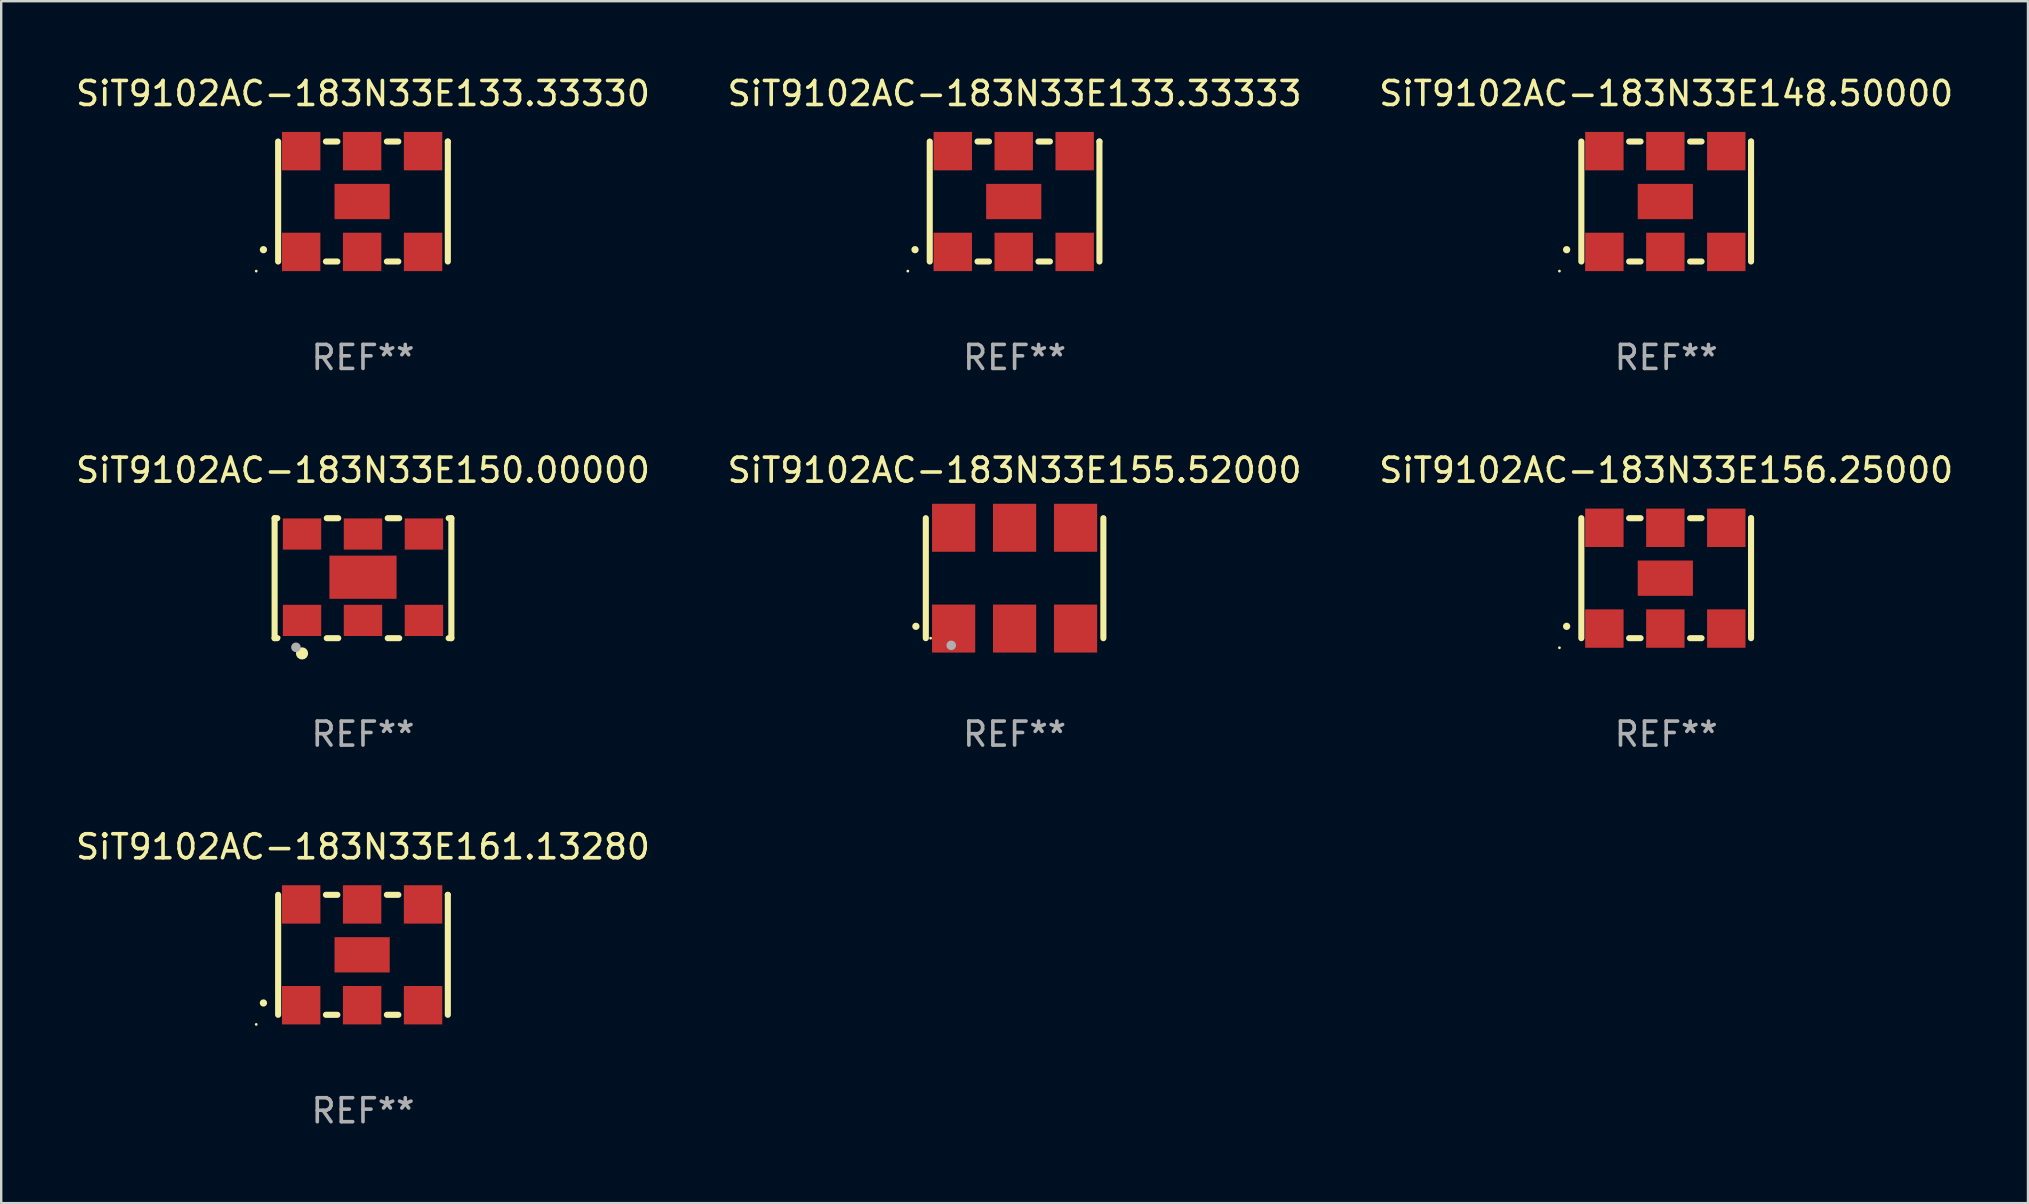
<source format=kicad_pcb>
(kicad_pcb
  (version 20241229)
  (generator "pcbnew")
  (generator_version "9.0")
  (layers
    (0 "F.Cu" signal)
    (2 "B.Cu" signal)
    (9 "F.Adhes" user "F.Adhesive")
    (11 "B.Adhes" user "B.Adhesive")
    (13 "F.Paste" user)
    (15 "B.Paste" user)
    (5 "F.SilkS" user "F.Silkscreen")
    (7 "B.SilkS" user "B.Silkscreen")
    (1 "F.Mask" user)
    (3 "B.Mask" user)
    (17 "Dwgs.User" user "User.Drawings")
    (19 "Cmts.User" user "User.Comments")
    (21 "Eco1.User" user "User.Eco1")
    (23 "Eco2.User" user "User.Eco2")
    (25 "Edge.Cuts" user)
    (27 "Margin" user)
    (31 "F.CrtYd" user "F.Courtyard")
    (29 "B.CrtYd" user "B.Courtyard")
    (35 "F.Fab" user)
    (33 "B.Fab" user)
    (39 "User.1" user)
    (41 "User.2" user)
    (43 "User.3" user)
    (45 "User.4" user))
  (footprint "SiT9102AC-183N33E161.13280"
    (layer "F.Cu")
    (at 12.077 36.741)
    (property "Reference" "SiT9102AC-183N33E161.13280" (at 0 -4.5 0) (layer "F.SilkS") (effects (font (size 1 1) (thickness 0.15))))
    (attr through_hole)
    (fp_line (start -3.536 -2.5) (end -3.536 2.5) (stroke (width 0.254) (type solid)) (layer "F.SilkS"))
    (fp_line (start -1.544 2.5) (end -1.067 2.5) (stroke (width 0.254) (type solid)) (layer "F.SilkS"))
    (fp_line (start -1.067 -2.5) (end -1.544 -2.5) (stroke (width 0.254) (type solid)) (layer "F.SilkS"))
    (fp_line (start 0.996 2.5) (end 1.473 2.5) (stroke (width 0.254) (type solid)) (layer "F.SilkS"))
    (fp_line (start 1.473 -2.5) (end 0.996 -2.5) (stroke (width 0.254) (type solid)) (layer "F.SilkS"))
    (fp_line (start 3.536 -2.5) (end 3.536 -2.5) (stroke (width 0.254) (type solid)) (layer "F.SilkS"))
    (fp_line (start 3.536 2.5) (end 3.536 -2.5) (stroke (width 0.254) (type solid)) (layer "F.SilkS"))
    (fp_arc (start -4.150432 2.006604) (mid -4.149162 2.006599) (end -4.147892 2.006604) (stroke (width 0.3) (type solid)) (layer "F.SilkS"))
    (fp_circle (center -4.449 2.9) (end -4.419 2.9) (stroke (width 0.06) (type solid)) (fill no) (layer "F.SilkS"))
    (fp_text user "REF**" (at 0 6.5 0) (layer "F.Fab") (effects (font (size 1 1) (thickness 0.15))))
    (pad "1" smd rect (at -2.576 2.1) (size 1.6 1.6) (layers "F.Cu" "F.Mask" "F.Paste"))
    (pad "2" smd rect (at -0.036 2.1) (size 1.6 1.6) (layers "F.Cu" "F.Mask" "F.Paste"))
    (pad "3" smd rect (at 2.504 2.1) (size 1.6 1.6) (layers "F.Cu" "F.Mask" "F.Paste"))
    (pad "4" smd rect (at 2.504 -2.1) (size 1.6 1.6) (layers "F.Cu" "F.Mask" "F.Paste"))
    (pad "5" smd rect (at -0.036 -2.1) (size 1.6 1.6) (layers "F.Cu" "F.Mask" "F.Paste"))
    (pad "6" smd rect (at -2.576 -2.1) (size 1.6 1.6) (layers "F.Cu" "F.Mask" "F.Paste"))
    (pad "7" smd rect (at -0.036 0) (size 2.3 1.47) (layers "F.Cu" "F.Mask" "F.Paste")))
  (footprint "SiT9102AC-183N33E150.00000"
    (layer "F.Cu")
    (at 12.077 21.045)
    (property "Reference" "SiT9102AC-183N33E150.00000" (at 0 -4.5 0) (layer "F.SilkS") (effects (font (size 1 1) (thickness 0.15))))
    (attr through_hole)
    (fp_line (start -3.683 -2.5) (end -3.571 -2.5) (stroke (width 0.254) (type solid)) (layer "F.SilkS"))
    (fp_line (start -3.683 2.5) (end -3.683 -2.5) (stroke (width 0.254) (type solid)) (layer "F.SilkS"))
    (fp_line (start -3.683 2.5) (end -3.571 2.5) (stroke (width 0.254) (type solid)) (layer "F.SilkS"))
    (fp_line (start -1.509 -2.5) (end -1.031 -2.5) (stroke (width 0.254) (type solid)) (layer "F.SilkS"))
    (fp_line (start -1.509 2.5) (end -1.031 2.5) (stroke (width 0.254) (type solid)) (layer "F.SilkS"))
    (fp_line (start 1.031 -2.5) (end 1.509 -2.5) (stroke (width 0.254) (type solid)) (layer "F.SilkS"))
    (fp_line (start 1.031 2.5) (end 1.509 2.5) (stroke (width 0.254) (type solid)) (layer "F.SilkS"))
    (fp_line (start 3.571 -2.5) (end 3.683 -2.5) (stroke (width 0.254) (type solid)) (layer "F.SilkS"))
    (fp_line (start 3.571 2.5) (end 3.683 2.5) (stroke (width 0.254) (type solid)) (layer "F.SilkS"))
    (fp_line (start 3.683 2.5) (end 3.683 -2.5) (stroke (width 0.254) (type solid)) (layer "F.SilkS"))
    (fp_circle (center -3.5 2.46) (end -3.47 2.46) (stroke (width 0.06) (type solid)) (fill no) (layer "F.SilkS"))
    (fp_circle (center -2.54 3.135) (end -2.413 3.135) (stroke (width 0.254) (type solid)) (fill no) (layer "F.SilkS"))
    (fp_circle (center -2.794 2.881) (end -2.694 2.881) (stroke (width 0.2) (type solid)) (fill no) (layer "F.Fab"))
    (fp_text user "REF**" (at 0 6.5 0) (layer "F.Fab") (effects (font (size 1 1) (thickness 0.15))))
    (pad "1" smd rect (at -2.54 1.76) (size 1.6 1.3) (layers "F.Cu" "F.Mask" "F.Paste"))
    (pad "2" smd rect (at 0 1.76) (size 1.6 1.3) (layers "F.Cu" "F.Mask" "F.Paste"))
    (pad "3" smd rect (at 2.54 1.76) (size 1.6 1.3) (layers "F.Cu" "F.Mask" "F.Paste"))
    (pad "4" smd rect (at 2.54 -1.84) (size 1.6 1.3) (layers "F.Cu" "F.Mask" "F.Paste"))
    (pad "5" smd rect (at 0 -1.84) (size 1.6 1.3) (layers "F.Cu" "F.Mask" "F.Paste"))
    (pad "6" smd rect (at -2.54 -1.84) (size 1.6 1.3) (layers "F.Cu" "F.Mask" "F.Paste"))
    (pad "7" smd rect (at 0 -0.04) (size 2.8 1.8) (layers "F.Cu" "F.Mask" "F.Paste")))
  (footprint "SiT9102AC-183N33E155.52000"
    (layer "F.Cu")
    (at 39.232 21.045)
    (property "Reference" "SiT9102AC-183N33E155.52000" (at 0 -4.5 0) (layer "F.SilkS") (effects (font (size 1 1) (thickness 0.15))))
    (attr through_hole)
    (fp_line (start -3.7 -2.5) (end -3.7 2.5) (stroke (width 0.254) (type solid)) (layer "F.SilkS"))
    (fp_line (start 3.7 -2.5) (end 3.7 2.5) (stroke (width 0.254) (type solid)) (layer "F.SilkS"))
    (fp_arc (start -4.114415 2.006604) (mid -4.113145 2.006599) (end -4.111875 2.006604) (stroke (width 0.3) (type solid)) (layer "F.SilkS"))
    (fp_circle (center -3.5 2.501) (end -3.47 2.501) (stroke (width 0.06) (type solid)) (fill no) (layer "F.SilkS"))
    (fp_circle (center -2.641 2.799) (end -2.541 2.799) (stroke (width 0.2) (type solid)) (fill no) (layer "F.Fab"))
    (fp_text user "REF**" (at 0 6.5 0) (layer "F.Fab") (effects (font (size 1 1) (thickness 0.15))))
    (pad "1" smd rect (at -2.54 2.1) (size 1.8 2) (layers "F.Cu" "F.Mask" "F.Paste"))
    (pad "2" smd rect (at 0.000394 2.1) (size 1.8 2) (layers "F.Cu" "F.Mask" "F.Paste"))
    (pad "3" smd rect (at 2.54 2.1) (size 1.8 2) (layers "F.Cu" "F.Mask" "F.Paste"))
    (pad "4" smd rect (at 2.54 -2.1) (size 1.8 2) (layers "F.Cu" "F.Mask" "F.Paste"))
    (pad "5" smd rect (at 0.000394 -2.1) (size 1.8 2) (layers "F.Cu" "F.Mask" "F.Paste"))
    (pad "6" smd rect (at -2.54 -2.1) (size 1.8 2) (layers "F.Cu" "F.Mask" "F.Paste")))
  (footprint "SiT9102AC-183N33E156.25000"
    (layer "F.Cu")
    (at 66.387 21.045)
    (property "Reference" "SiT9102AC-183N33E156.25000" (at 0 -4.5 0) (layer "F.SilkS") (effects (font (size 1 1) (thickness 0.15))))
    (attr through_hole)
    (fp_line (start -3.536 -2.5) (end -3.536 2.5) (stroke (width 0.254) (type solid)) (layer "F.SilkS"))
    (fp_line (start -1.544 2.5) (end -1.067 2.5) (stroke (width 0.254) (type solid)) (layer "F.SilkS"))
    (fp_line (start -1.067 -2.5) (end -1.544 -2.5) (stroke (width 0.254) (type solid)) (layer "F.SilkS"))
    (fp_line (start 0.996 2.5) (end 1.473 2.5) (stroke (width 0.254) (type solid)) (layer "F.SilkS"))
    (fp_line (start 1.473 -2.5) (end 0.996 -2.5) (stroke (width 0.254) (type solid)) (layer "F.SilkS"))
    (fp_line (start 3.536 -2.5) (end 3.536 -2.5) (stroke (width 0.254) (type solid)) (layer "F.SilkS"))
    (fp_line (start 3.536 2.5) (end 3.536 -2.5) (stroke (width 0.254) (type solid)) (layer "F.SilkS"))
    (fp_arc (start -4.150432 2.006604) (mid -4.149162 2.006599) (end -4.147892 2.006604) (stroke (width 0.3) (type solid)) (layer "F.SilkS"))
    (fp_circle (center -4.449 2.9) (end -4.419 2.9) (stroke (width 0.06) (type solid)) (fill no) (layer "F.SilkS"))
    (fp_text user "REF**" (at 0 6.5 0) (layer "F.Fab") (effects (font (size 1 1) (thickness 0.15))))
    (pad "1" smd rect (at -2.576 2.1) (size 1.6 1.6) (layers "F.Cu" "F.Mask" "F.Paste"))
    (pad "2" smd rect (at -0.036 2.1) (size 1.6 1.6) (layers "F.Cu" "F.Mask" "F.Paste"))
    (pad "3" smd rect (at 2.504 2.1) (size 1.6 1.6) (layers "F.Cu" "F.Mask" "F.Paste"))
    (pad "4" smd rect (at 2.504 -2.1) (size 1.6 1.6) (layers "F.Cu" "F.Mask" "F.Paste"))
    (pad "5" smd rect (at -0.036 -2.1) (size 1.6 1.6) (layers "F.Cu" "F.Mask" "F.Paste"))
    (pad "6" smd rect (at -2.576 -2.1) (size 1.6 1.6) (layers "F.Cu" "F.Mask" "F.Paste"))
    (pad "7" smd rect (at -0.036 0) (size 2.3 1.47) (layers "F.Cu" "F.Mask" "F.Paste")))
  (footprint "SiT9102AC-183N33E133.33333"
    (layer "F.Cu")
    (at 39.232 5.348)
    (property "Reference" "SiT9102AC-183N33E133.33333" (at 0 -4.5 0) (layer "F.SilkS") (effects (font (size 1 1) (thickness 0.15))))
    (attr through_hole)
    (fp_line (start -3.536 -2.5) (end -3.536 2.5) (stroke (width 0.254) (type solid)) (layer "F.SilkS"))
    (fp_line (start -1.544 2.5) (end -1.067 2.5) (stroke (width 0.254) (type solid)) (layer "F.SilkS"))
    (fp_line (start -1.067 -2.5) (end -1.544 -2.5) (stroke (width 0.254) (type solid)) (layer "F.SilkS"))
    (fp_line (start 0.996 2.5) (end 1.473 2.5) (stroke (width 0.254) (type solid)) (layer "F.SilkS"))
    (fp_line (start 1.473 -2.5) (end 0.996 -2.5) (stroke (width 0.254) (type solid)) (layer "F.SilkS"))
    (fp_line (start 3.536 -2.5) (end 3.536 -2.5) (stroke (width 0.254) (type solid)) (layer "F.SilkS"))
    (fp_line (start 3.536 2.5) (end 3.536 -2.5) (stroke (width 0.254) (type solid)) (layer "F.SilkS"))
    (fp_arc (start -4.150432 2.006604) (mid -4.149162 2.006599) (end -4.147892 2.006604) (stroke (width 0.3) (type solid)) (layer "F.SilkS"))
    (fp_circle (center -4.449 2.9) (end -4.419 2.9) (stroke (width 0.06) (type solid)) (fill no) (layer "F.SilkS"))
    (fp_text user "REF**" (at 0 6.5 0) (layer "F.Fab") (effects (font (size 1 1) (thickness 0.15))))
    (pad "1" smd rect (at -2.576 2.1) (size 1.6 1.6) (layers "F.Cu" "F.Mask" "F.Paste"))
    (pad "2" smd rect (at -0.036 2.1) (size 1.6 1.6) (layers "F.Cu" "F.Mask" "F.Paste"))
    (pad "3" smd rect (at 2.504 2.1) (size 1.6 1.6) (layers "F.Cu" "F.Mask" "F.Paste"))
    (pad "4" smd rect (at 2.504 -2.1) (size 1.6 1.6) (layers "F.Cu" "F.Mask" "F.Paste"))
    (pad "5" smd rect (at -0.036 -2.1) (size 1.6 1.6) (layers "F.Cu" "F.Mask" "F.Paste"))
    (pad "6" smd rect (at -2.576 -2.1) (size 1.6 1.6) (layers "F.Cu" "F.Mask" "F.Paste"))
    (pad "7" smd rect (at -0.036 0) (size 2.3 1.47) (layers "F.Cu" "F.Mask" "F.Paste")))
  (footprint "SiT9102AC-183N33E148.50000"
    (layer "F.Cu")
    (at 66.387 5.348)
    (property "Reference" "SiT9102AC-183N33E148.50000" (at 0 -4.5 0) (layer "F.SilkS") (effects (font (size 1 1) (thickness 0.15))))
    (attr through_hole)
    (fp_line (start -3.536 -2.5) (end -3.536 2.5) (stroke (width 0.254) (type solid)) (layer "F.SilkS"))
    (fp_line (start -1.544 2.5) (end -1.067 2.5) (stroke (width 0.254) (type solid)) (layer "F.SilkS"))
    (fp_line (start -1.067 -2.5) (end -1.544 -2.5) (stroke (width 0.254) (type solid)) (layer "F.SilkS"))
    (fp_line (start 0.996 2.5) (end 1.473 2.5) (stroke (width 0.254) (type solid)) (layer "F.SilkS"))
    (fp_line (start 1.473 -2.5) (end 0.996 -2.5) (stroke (width 0.254) (type solid)) (layer "F.SilkS"))
    (fp_line (start 3.536 -2.5) (end 3.536 -2.5) (stroke (width 0.254) (type solid)) (layer "F.SilkS"))
    (fp_line (start 3.536 2.5) (end 3.536 -2.5) (stroke (width 0.254) (type solid)) (layer "F.SilkS"))
    (fp_arc (start -4.150432 2.006604) (mid -4.149162 2.006599) (end -4.147892 2.006604) (stroke (width 0.3) (type solid)) (layer "F.SilkS"))
    (fp_circle (center -4.449 2.9) (end -4.419 2.9) (stroke (width 0.06) (type solid)) (fill no) (layer "F.SilkS"))
    (fp_text user "REF**" (at 0 6.5 0) (layer "F.Fab") (effects (font (size 1 1) (thickness 0.15))))
    (pad "1" smd rect (at -2.576 2.1) (size 1.6 1.6) (layers "F.Cu" "F.Mask" "F.Paste"))
    (pad "2" smd rect (at -0.036 2.1) (size 1.6 1.6) (layers "F.Cu" "F.Mask" "F.Paste"))
    (pad "3" smd rect (at 2.504 2.1) (size 1.6 1.6) (layers "F.Cu" "F.Mask" "F.Paste"))
    (pad "4" smd rect (at 2.504 -2.1) (size 1.6 1.6) (layers "F.Cu" "F.Mask" "F.Paste"))
    (pad "5" smd rect (at -0.036 -2.1) (size 1.6 1.6) (layers "F.Cu" "F.Mask" "F.Paste"))
    (pad "6" smd rect (at -2.576 -2.1) (size 1.6 1.6) (layers "F.Cu" "F.Mask" "F.Paste"))
    (pad "7" smd rect (at -0.036 0) (size 2.3 1.47) (layers "F.Cu" "F.Mask" "F.Paste")))
  (footprint "SiT9102AC-183N33E133.33330"
    (layer "F.Cu")
    (at 12.077 5.348)
    (property "Reference" "SiT9102AC-183N33E133.33330" (at 0 -4.5 0) (layer "F.SilkS") (effects (font (size 1 1) (thickness 0.15))))
    (attr through_hole)
    (fp_line (start -3.536 -2.5) (end -3.536 2.5) (stroke (width 0.254) (type solid)) (layer "F.SilkS"))
    (fp_line (start -1.544 2.5) (end -1.067 2.5) (stroke (width 0.254) (type solid)) (layer "F.SilkS"))
    (fp_line (start -1.067 -2.5) (end -1.544 -2.5) (stroke (width 0.254) (type solid)) (layer "F.SilkS"))
    (fp_line (start 0.996 2.5) (end 1.473 2.5) (stroke (width 0.254) (type solid)) (layer "F.SilkS"))
    (fp_line (start 1.473 -2.5) (end 0.996 -2.5) (stroke (width 0.254) (type solid)) (layer "F.SilkS"))
    (fp_line (start 3.536 -2.5) (end 3.536 -2.5) (stroke (width 0.254) (type solid)) (layer "F.SilkS"))
    (fp_line (start 3.536 2.5) (end 3.536 -2.5) (stroke (width 0.254) (type solid)) (layer "F.SilkS"))
    (fp_arc (start -4.150432 2.006604) (mid -4.149162 2.006599) (end -4.147892 2.006604) (stroke (width 0.3) (type solid)) (layer "F.SilkS"))
    (fp_circle (center -4.449 2.9) (end -4.419 2.9) (stroke (width 0.06) (type solid)) (fill no) (layer "F.SilkS"))
    (fp_text user "REF**" (at 0 6.5 0) (layer "F.Fab") (effects (font (size 1 1) (thickness 0.15))))
    (pad "1" smd rect (at -2.576 2.1) (size 1.6 1.6) (layers "F.Cu" "F.Mask" "F.Paste"))
    (pad "2" smd rect (at -0.036 2.1) (size 1.6 1.6) (layers "F.Cu" "F.Mask" "F.Paste"))
    (pad "3" smd rect (at 2.504 2.1) (size 1.6 1.6) (layers "F.Cu" "F.Mask" "F.Paste"))
    (pad "4" smd rect (at 2.504 -2.1) (size 1.6 1.6) (layers "F.Cu" "F.Mask" "F.Paste"))
    (pad "5" smd rect (at -0.036 -2.1) (size 1.6 1.6) (layers "F.Cu" "F.Mask" "F.Paste"))
    (pad "6" smd rect (at -2.576 -2.1) (size 1.6 1.6) (layers "F.Cu" "F.Mask" "F.Paste"))
    (pad "7" smd rect (at -0.036 0) (size 2.3 1.47) (layers "F.Cu" "F.Mask" "F.Paste")))
  (gr_rect
    (start -3 -3)
    (end 81.464 47.09)
    (stroke (width 0.1) (type default))
    (fill no)
    (layer "Edge.Cuts")))
</source>
